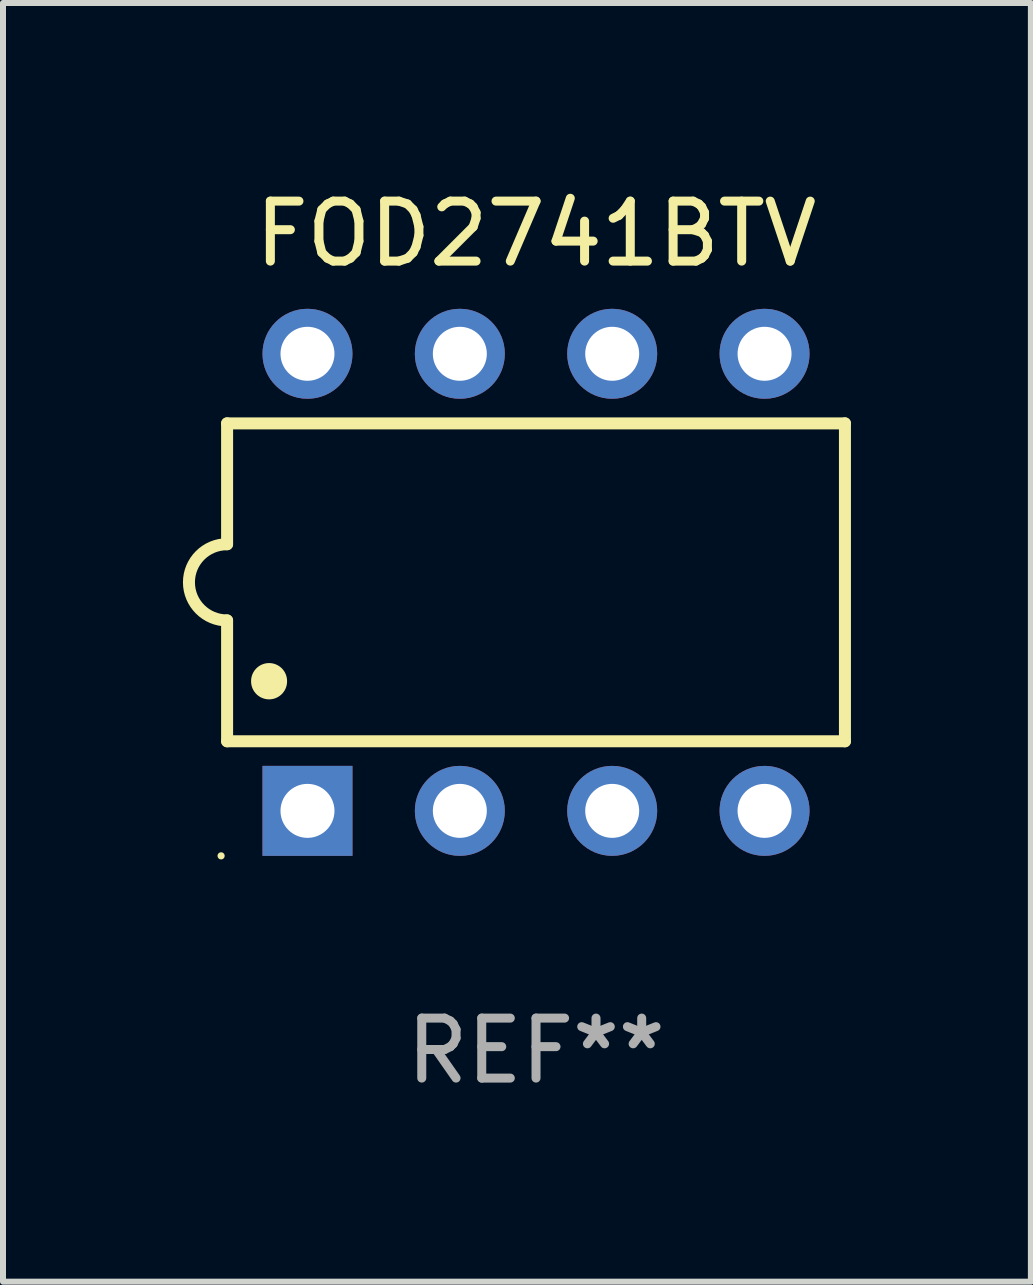
<source format=kicad_pcb>
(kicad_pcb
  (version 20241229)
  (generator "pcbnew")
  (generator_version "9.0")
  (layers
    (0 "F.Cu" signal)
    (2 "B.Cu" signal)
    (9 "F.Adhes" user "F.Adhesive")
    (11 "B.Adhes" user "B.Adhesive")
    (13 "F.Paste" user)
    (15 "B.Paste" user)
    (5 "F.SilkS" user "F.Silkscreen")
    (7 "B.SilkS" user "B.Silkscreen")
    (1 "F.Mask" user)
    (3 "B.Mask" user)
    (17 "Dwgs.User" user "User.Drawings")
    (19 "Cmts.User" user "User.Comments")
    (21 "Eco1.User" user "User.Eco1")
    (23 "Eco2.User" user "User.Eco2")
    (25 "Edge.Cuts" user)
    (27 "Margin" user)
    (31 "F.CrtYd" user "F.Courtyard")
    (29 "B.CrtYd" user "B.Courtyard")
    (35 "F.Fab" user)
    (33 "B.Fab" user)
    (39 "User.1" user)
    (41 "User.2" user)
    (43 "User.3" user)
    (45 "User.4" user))
  (footprint "FOD2741BTV"
    (layer "F.Cu")
    (at 5.886 6.658)
    (property "Reference" "FOD2741BTV" (at 0 -5.81 0) (layer "F.SilkS") (effects (font (size 1 1) (thickness 0.15))))
    (attr through_hole)
    (fp_line (start -5.15 -2.65) (end 5.15 -2.65) (stroke (width 0.2) (type solid)) (layer "F.SilkS"))
    (fp_line (start -5.15 -0.635) (end -5.15 -2.65) (stroke (width 0.2) (type solid)) (layer "F.SilkS"))
    (fp_line (start -5.15 2.65) (end -5.15 0.635) (stroke (width 0.2) (type solid)) (layer "F.SilkS"))
    (fp_line (start 5.15 -2.65) (end 5.15 2.65) (stroke (width 0.2) (type solid)) (layer "F.SilkS"))
    (fp_line (start 5.15 2.65) (end -5.15 2.65) (stroke (width 0.2) (type solid)) (layer "F.SilkS"))
    (fp_arc (start -5.15113 0.635001) (mid -5.786131 0) (end -5.15113 -0.635001) (stroke (width 0.2) (type solid)) (layer "F.SilkS"))
    (fp_arc (start -4.450089 1.651003) (mid -4.4501 1.648463) (end -4.450089 1.645923) (stroke (width 0.6) (type solid)) (layer "F.SilkS"))
    (fp_circle (center -5.25 4.56) (end -5.22 4.56) (stroke (width 0.06) (type solid)) (fill no) (layer "F.SilkS"))
    (fp_text user "REF**" (at 0 7.81 0) (layer "F.Fab") (effects (font (size 1 1) (thickness 0.15))))
    (pad "1" thru_hole rect (at -3.81 3.81 90) (size 1.5 1.5) (drill 0.9) (layers "*.Cu" "*.Mask"))
    (pad "2" thru_hole circle (at -1.27 3.81) (size 1.5 1.5) (drill 0.9) (layers "*.Cu" "*.Mask"))
    (pad "3" thru_hole circle (at 1.27 3.81) (size 1.5 1.5) (drill 0.9) (layers "*.Cu" "*.Mask"))
    (pad "4" thru_hole circle (at 3.81 3.81) (size 1.5 1.5) (drill 0.9) (layers "*.Cu" "*.Mask"))
    (pad "5" thru_hole circle (at 3.81 -3.81) (size 1.5 1.5) (drill 0.9) (layers "*.Cu" "*.Mask"))
    (pad "6" thru_hole circle (at 1.27 -3.81) (size 1.5 1.5) (drill 0.9) (layers "*.Cu" "*.Mask"))
    (pad "7" thru_hole circle (at -1.27 -3.81) (size 1.5 1.5) (drill 0.9) (layers "*.Cu" "*.Mask"))
    (pad "8" thru_hole circle (at -3.81 -3.81) (size 1.5 1.5) (drill 0.9) (layers "*.Cu" "*.Mask")))
  (gr_rect
    (start -3 -3)
    (end 14.136 18.317)
    (stroke (width 0.1) (type default))
    (fill no)
    (layer "Edge.Cuts")))
</source>
